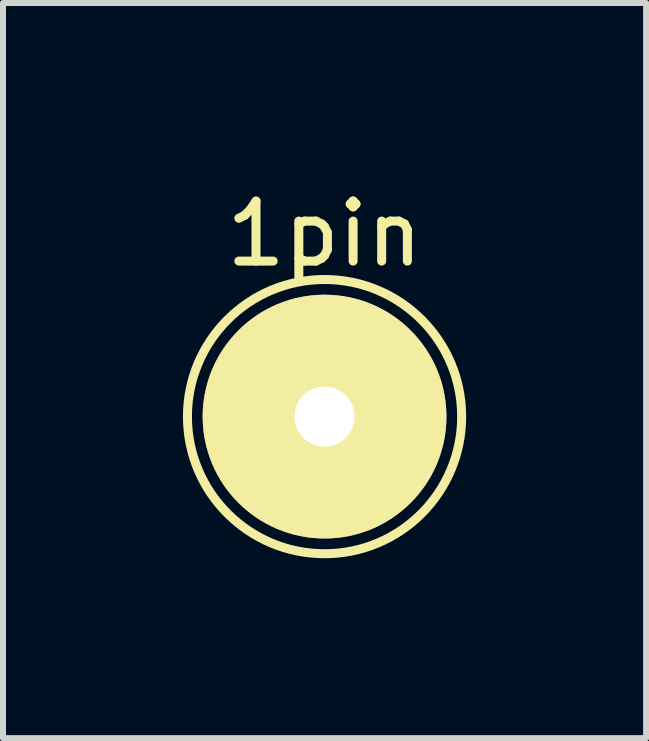
<source format=kicad_pcb>
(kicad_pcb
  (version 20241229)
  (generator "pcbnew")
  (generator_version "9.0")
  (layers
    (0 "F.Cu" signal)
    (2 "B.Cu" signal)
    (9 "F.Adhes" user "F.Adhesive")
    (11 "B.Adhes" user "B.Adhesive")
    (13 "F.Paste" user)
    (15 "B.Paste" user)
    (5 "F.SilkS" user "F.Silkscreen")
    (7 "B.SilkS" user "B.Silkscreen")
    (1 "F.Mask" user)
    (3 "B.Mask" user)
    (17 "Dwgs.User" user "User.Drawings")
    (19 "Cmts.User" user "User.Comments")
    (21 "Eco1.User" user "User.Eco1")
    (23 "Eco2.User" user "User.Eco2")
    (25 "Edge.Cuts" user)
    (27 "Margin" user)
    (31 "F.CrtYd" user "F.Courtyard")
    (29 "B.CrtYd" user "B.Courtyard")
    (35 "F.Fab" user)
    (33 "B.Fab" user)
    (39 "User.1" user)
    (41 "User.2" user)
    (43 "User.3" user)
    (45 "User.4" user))
  (footprint "1pin"
    (layer "F.Cu")
    (at 2.361 3.896)
    (property "Reference" "1pin" (at 0 -3.048 0) (layer "F.SilkS") (effects (font (size 1 1) (thickness 0.15))))
    (attr through_hole)
    (fp_circle (center 0 0) (end 0 -2.286) (stroke (width 0.15) (type solid)) (fill no) (layer "F.SilkS"))
    (pad "1" thru_hole circle (at 0 0) (size 4.064 4.064) (drill 1) (layers "*.Cu" "*.Mask" "F.SilkS")))
  (gr_rect
    (start -3 -3)
    (end 7.722 9.257)
    (stroke (width 0.1) (type default))
    (fill no)
    (layer "Edge.Cuts")))
</source>
